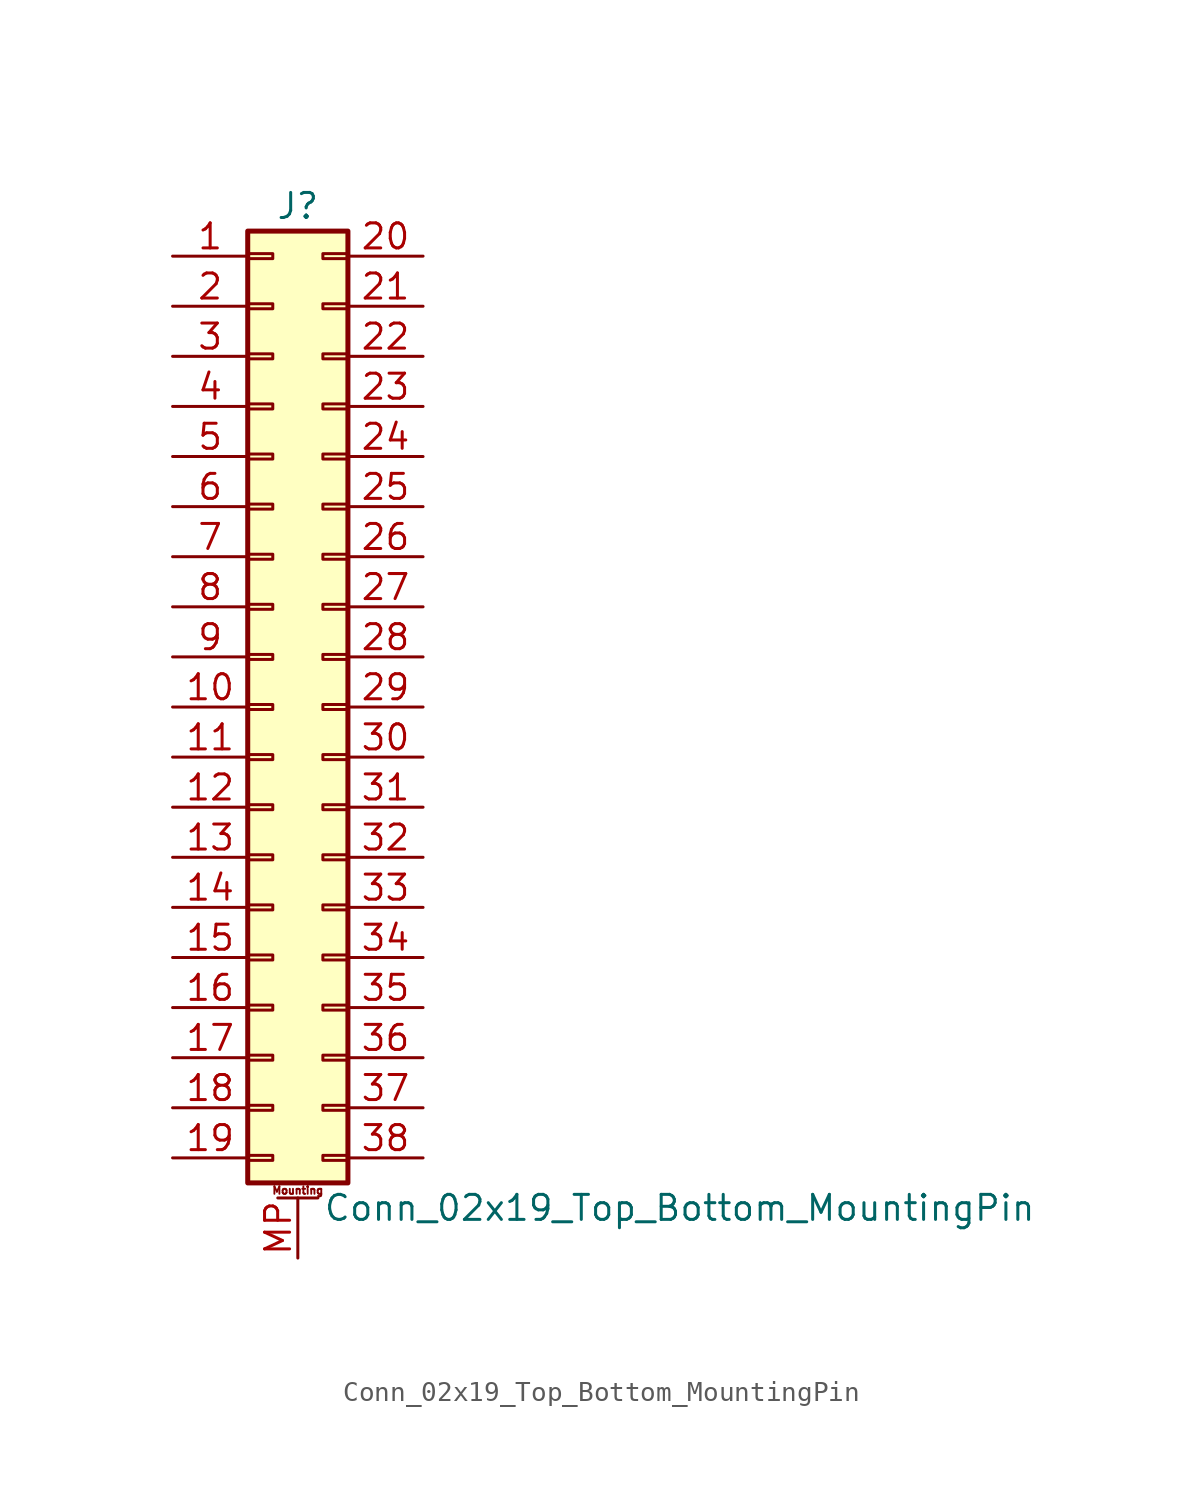
<source format=kicad_sym>
(kicad_symbol_lib
  (version 20201005)
  (generator kicad_symbol_editor)
  (symbol "Conn_02x19_Top_Bottom_MountingPin"
    (pin_names
      (offset 1.016) hide)
    (property "Reference" "J"
      (at 1.27 25.4 0)
      (effects (font (size 1.27 1.27))))
    (property "Value" "Conn_02x19_Top_Bottom_MountingPin"
      (at 2.54 -25.4 0)
      (effects (font (size 1.27 1.27)) (justify left)))
    (symbol "Conn_02x19_Top_Bottom_MountingPin_1_1"
      (text "Mounting" (at 1.27 -24.511 0) (effects (font (size 0.381 0.381))))
      (rectangle (start -1.27 -22.733) (end 0 -22.987) (stroke (width 0.152)) (fill (type none)))
      (rectangle (start -1.27 -20.193) (end 0 -20.447) (stroke (width 0.152)) (fill (type none)))
      (rectangle (start -1.27 -17.653) (end 0 -17.907) (stroke (width 0.152)) (fill (type none)))
      (rectangle (start -1.27 -15.113) (end 0 -15.367) (stroke (width 0.152)) (fill (type none)))
      (rectangle (start -1.27 -12.573) (end 0 -12.827) (stroke (width 0.152)) (fill (type none)))
      (rectangle (start -1.27 -10.033) (end 0 -10.287) (stroke (width 0.152)) (fill (type none)))
      (rectangle (start -1.27 -7.493) (end 0 -7.747) (stroke (width 0.152)) (fill (type none)))
      (rectangle (start -1.27 -4.953) (end 0 -5.207) (stroke (width 0.152)) (fill (type none)))
      (rectangle (start -1.27 -2.413) (end 0 -2.667) (stroke (width 0.152)) (fill (type none)))
      (rectangle (start -1.27 0.127) (end 0 -0.127) (stroke (width 0.152)) (fill (type none)))
      (rectangle (start -1.27 2.667) (end 0 2.413) (stroke (width 0.152)) (fill (type none)))
      (rectangle (start -1.27 5.207) (end 0 4.953) (stroke (width 0.152)) (fill (type none)))
      (rectangle (start -1.27 7.747) (end 0 7.493) (stroke (width 0.152)) (fill (type none)))
      (rectangle (start -1.27 10.287) (end 0 10.033) (stroke (width 0.152)) (fill (type none)))
      (rectangle (start -1.27 12.827) (end 0 12.573) (stroke (width 0.152)) (fill (type none)))
      (rectangle (start -1.27 15.367) (end 0 15.113) (stroke (width 0.152)) (fill (type none)))
      (rectangle (start -1.27 17.907) (end 0 17.653) (stroke (width 0.152)) (fill (type none)))
      (rectangle (start -1.27 20.447) (end 0 20.193) (stroke (width 0.152)) (fill (type none)))
      (rectangle (start -1.27 22.987) (end 0 22.733) (stroke (width 0.152)) (fill (type none)))
      (rectangle (start -1.27 24.13) (end 3.81 -24.13) (stroke (width 0.254)) (fill (type background)))
      (rectangle (start 3.81 -22.733) (end 2.54 -22.987) (stroke (width 0.152)) (fill (type none)))
      (rectangle (start 3.81 -20.193) (end 2.54 -20.447) (stroke (width 0.152)) (fill (type none)))
      (rectangle (start 3.81 -17.653) (end 2.54 -17.907) (stroke (width 0.152)) (fill (type none)))
      (rectangle (start 3.81 -15.113) (end 2.54 -15.367) (stroke (width 0.152)) (fill (type none)))
      (rectangle (start 3.81 -12.573) (end 2.54 -12.827) (stroke (width 0.152)) (fill (type none)))
      (rectangle (start 3.81 -10.033) (end 2.54 -10.287) (stroke (width 0.152)) (fill (type none)))
      (rectangle (start 3.81 -7.493) (end 2.54 -7.747) (stroke (width 0.152)) (fill (type none)))
      (rectangle (start 3.81 -4.953) (end 2.54 -5.207) (stroke (width 0.152)) (fill (type none)))
      (rectangle (start 3.81 -2.413) (end 2.54 -2.667) (stroke (width 0.152)) (fill (type none)))
      (rectangle (start 3.81 0.127) (end 2.54 -0.127) (stroke (width 0.152)) (fill (type none)))
      (rectangle (start 3.81 2.667) (end 2.54 2.413) (stroke (width 0.152)) (fill (type none)))
      (rectangle (start 3.81 5.207) (end 2.54 4.953) (stroke (width 0.152)) (fill (type none)))
      (rectangle (start 3.81 7.747) (end 2.54 7.493) (stroke (width 0.152)) (fill (type none)))
      (rectangle (start 3.81 10.287) (end 2.54 10.033) (stroke (width 0.152)) (fill (type none)))
      (rectangle (start 3.81 12.827) (end 2.54 12.573) (stroke (width 0.152)) (fill (type none)))
      (rectangle (start 3.81 15.367) (end 2.54 15.113) (stroke (width 0.152)) (fill (type none)))
      (rectangle (start 3.81 17.907) (end 2.54 17.653) (stroke (width 0.152)) (fill (type none)))
      (rectangle (start 3.81 20.447) (end 2.54 20.193) (stroke (width 0.152)) (fill (type none)))
      (rectangle (start 3.81 22.987) (end 2.54 22.733) (stroke (width 0.152)) (fill (type none)))
      (polyline (pts (xy 0.254 -24.892) (xy 2.286 -24.892)) (stroke (width 0.152)) (fill (type none)))
      (pin passive line (at -5.08 22.86 0) (length 3.81) (name "Pin_1" (effects (font (size 1.27 1.27)))) (number "1" (effects (font (size 1.27 1.27)))))
      (pin passive line (at -5.08 0 0) (length 3.81) (name "Pin_10" (effects (font (size 1.27 1.27)))) (number "10" (effects (font (size 1.27 1.27)))))
      (pin passive line (at -5.08 -2.54 0) (length 3.81) (name "Pin_11" (effects (font (size 1.27 1.27)))) (number "11" (effects (font (size 1.27 1.27)))))
      (pin passive line (at -5.08 -5.08 0) (length 3.81) (name "Pin_12" (effects (font (size 1.27 1.27)))) (number "12" (effects (font (size 1.27 1.27)))))
      (pin passive line (at -5.08 -7.62 0) (length 3.81) (name "Pin_13" (effects (font (size 1.27 1.27)))) (number "13" (effects (font (size 1.27 1.27)))))
      (pin passive line (at -5.08 -10.16 0) (length 3.81) (name "Pin_14" (effects (font (size 1.27 1.27)))) (number "14" (effects (font (size 1.27 1.27)))))
      (pin passive line (at -5.08 -12.7 0) (length 3.81) (name "Pin_15" (effects (font (size 1.27 1.27)))) (number "15" (effects (font (size 1.27 1.27)))))
      (pin passive line (at -5.08 -15.24 0) (length 3.81) (name "Pin_16" (effects (font (size 1.27 1.27)))) (number "16" (effects (font (size 1.27 1.27)))))
      (pin passive line (at -5.08 -17.78 0) (length 3.81) (name "Pin_17" (effects (font (size 1.27 1.27)))) (number "17" (effects (font (size 1.27 1.27)))))
      (pin passive line (at -5.08 -20.32 0) (length 3.81) (name "Pin_18" (effects (font (size 1.27 1.27)))) (number "18" (effects (font (size 1.27 1.27)))))
      (pin passive line (at -5.08 -22.86 0) (length 3.81) (name "Pin_19" (effects (font (size 1.27 1.27)))) (number "19" (effects (font (size 1.27 1.27)))))
      (pin passive line (at -5.08 20.32 0) (length 3.81) (name "Pin_2" (effects (font (size 1.27 1.27)))) (number "2" (effects (font (size 1.27 1.27)))))
      (pin passive line (at 7.62 22.86 180) (length 3.81) (name "Pin_20" (effects (font (size 1.27 1.27)))) (number "20" (effects (font (size 1.27 1.27)))))
      (pin passive line (at 7.62 20.32 180) (length 3.81) (name "Pin_21" (effects (font (size 1.27 1.27)))) (number "21" (effects (font (size 1.27 1.27)))))
      (pin passive line (at 7.62 17.78 180) (length 3.81) (name "Pin_22" (effects (font (size 1.27 1.27)))) (number "22" (effects (font (size 1.27 1.27)))))
      (pin passive line (at 7.62 15.24 180) (length 3.81) (name "Pin_23" (effects (font (size 1.27 1.27)))) (number "23" (effects (font (size 1.27 1.27)))))
      (pin passive line (at 7.62 12.7 180) (length 3.81) (name "Pin_24" (effects (font (size 1.27 1.27)))) (number "24" (effects (font (size 1.27 1.27)))))
      (pin passive line (at 7.62 10.16 180) (length 3.81) (name "Pin_25" (effects (font (size 1.27 1.27)))) (number "25" (effects (font (size 1.27 1.27)))))
      (pin passive line (at 7.62 7.62 180) (length 3.81) (name "Pin_26" (effects (font (size 1.27 1.27)))) (number "26" (effects (font (size 1.27 1.27)))))
      (pin passive line (at 7.62 5.08 180) (length 3.81) (name "Pin_27" (effects (font (size 1.27 1.27)))) (number "27" (effects (font (size 1.27 1.27)))))
      (pin passive line (at 7.62 2.54 180) (length 3.81) (name "Pin_28" (effects (font (size 1.27 1.27)))) (number "28" (effects (font (size 1.27 1.27)))))
      (pin passive line (at 7.62 0 180) (length 3.81) (name "Pin_29" (effects (font (size 1.27 1.27)))) (number "29" (effects (font (size 1.27 1.27)))))
      (pin passive line (at -5.08 17.78 0) (length 3.81) (name "Pin_3" (effects (font (size 1.27 1.27)))) (number "3" (effects (font (size 1.27 1.27)))))
      (pin passive line (at 7.62 -2.54 180) (length 3.81) (name "Pin_30" (effects (font (size 1.27 1.27)))) (number "30" (effects (font (size 1.27 1.27)))))
      (pin passive line (at 7.62 -5.08 180) (length 3.81) (name "Pin_31" (effects (font (size 1.27 1.27)))) (number "31" (effects (font (size 1.27 1.27)))))
      (pin passive line (at 7.62 -7.62 180) (length 3.81) (name "Pin_32" (effects (font (size 1.27 1.27)))) (number "32" (effects (font (size 1.27 1.27)))))
      (pin passive line (at 7.62 -10.16 180) (length 3.81) (name "Pin_33" (effects (font (size 1.27 1.27)))) (number "33" (effects (font (size 1.27 1.27)))))
      (pin passive line (at 7.62 -12.7 180) (length 3.81) (name "Pin_34" (effects (font (size 1.27 1.27)))) (number "34" (effects (font (size 1.27 1.27)))))
      (pin passive line (at 7.62 -15.24 180) (length 3.81) (name "Pin_35" (effects (font (size 1.27 1.27)))) (number "35" (effects (font (size 1.27 1.27)))))
      (pin passive line (at 7.62 -17.78 180) (length 3.81) (name "Pin_36" (effects (font (size 1.27 1.27)))) (number "36" (effects (font (size 1.27 1.27)))))
      (pin passive line (at 7.62 -20.32 180) (length 3.81) (name "Pin_37" (effects (font (size 1.27 1.27)))) (number "37" (effects (font (size 1.27 1.27)))))
      (pin passive line (at 7.62 -22.86 180) (length 3.81) (name "Pin_38" (effects (font (size 1.27 1.27)))) (number "38" (effects (font (size 1.27 1.27)))))
      (pin passive line (at -5.08 15.24 0) (length 3.81) (name "Pin_4" (effects (font (size 1.27 1.27)))) (number "4" (effects (font (size 1.27 1.27)))))
      (pin passive line (at -5.08 12.7 0) (length 3.81) (name "Pin_5" (effects (font (size 1.27 1.27)))) (number "5" (effects (font (size 1.27 1.27)))))
      (pin passive line (at -5.08 10.16 0) (length 3.81) (name "Pin_6" (effects (font (size 1.27 1.27)))) (number "6" (effects (font (size 1.27 1.27)))))
      (pin passive line (at -5.08 7.62 0) (length 3.81) (name "Pin_7" (effects (font (size 1.27 1.27)))) (number "7" (effects (font (size 1.27 1.27)))))
      (pin passive line (at -5.08 5.08 0) (length 3.81) (name "Pin_8" (effects (font (size 1.27 1.27)))) (number "8" (effects (font (size 1.27 1.27)))))
      (pin passive line (at -5.08 2.54 0) (length 3.81) (name "Pin_9" (effects (font (size 1.27 1.27)))) (number "9" (effects (font (size 1.27 1.27)))))
      (pin passive line (at 1.27 -27.94 90) (length 3.048) (name "MountPin" (effects (font (size 1.27 1.27)))) (number "MP" (effects (font (size 1.27 1.27))))))))
</source>
